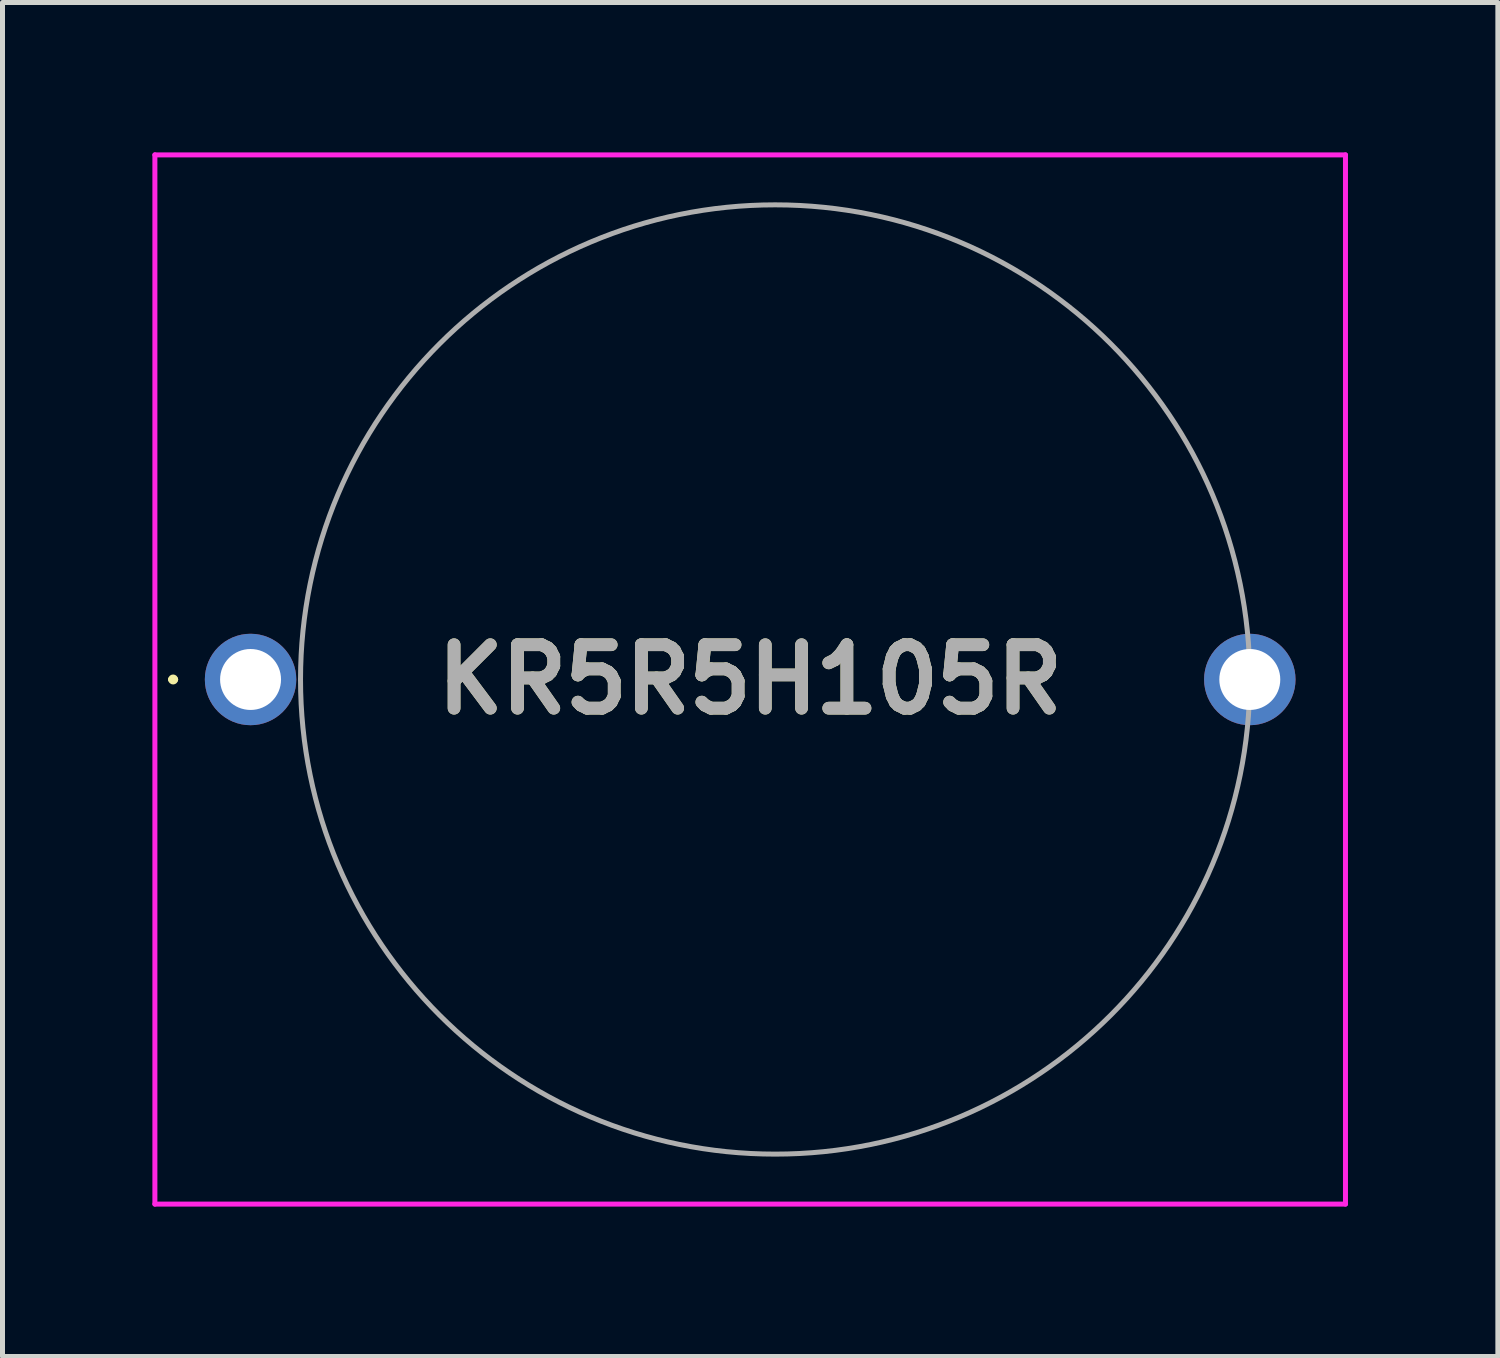
<source format=kicad_pcb>
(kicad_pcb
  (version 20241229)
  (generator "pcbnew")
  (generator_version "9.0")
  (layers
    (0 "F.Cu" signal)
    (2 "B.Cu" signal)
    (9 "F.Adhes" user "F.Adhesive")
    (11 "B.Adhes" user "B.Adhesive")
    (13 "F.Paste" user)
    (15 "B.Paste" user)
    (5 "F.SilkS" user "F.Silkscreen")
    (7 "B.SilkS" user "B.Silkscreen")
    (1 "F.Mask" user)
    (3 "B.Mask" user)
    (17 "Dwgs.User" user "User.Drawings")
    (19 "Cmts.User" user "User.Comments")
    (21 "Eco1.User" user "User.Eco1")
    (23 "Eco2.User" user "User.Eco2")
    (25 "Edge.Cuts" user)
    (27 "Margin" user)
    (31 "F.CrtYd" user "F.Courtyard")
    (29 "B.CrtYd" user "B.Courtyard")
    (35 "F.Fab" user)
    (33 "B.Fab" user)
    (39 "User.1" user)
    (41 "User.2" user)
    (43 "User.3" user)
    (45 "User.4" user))
  (footprint "KR5R5H105R"
    (layer "F.Cu")
    (at 1.965 10.55)
    (property "Reference" "KR5R5H105R" (at 10 0 0) (layer "F.SilkS") (effects (font (size 1.27 1.27) (thickness 0.254))))
    (attr through_hole)
    (fp_line (start -1.6 0) (end -1.6 0) (stroke (width 0.1) (type solid)) (layer "F.SilkS"))
    (fp_line (start -1.5 0) (end -1.5 0) (stroke (width 0.1) (type solid)) (layer "F.SilkS"))
    (fp_arc (start -1.6 0) (mid -1.55 -0.05) (end -1.5 0) (stroke (width 0.1) (type solid)) (layer "F.SilkS"))
    (fp_arc (start -1.5 0) (mid -1.55 0.05) (end -1.6 0) (stroke (width 0.1) (type solid)) (layer "F.SilkS"))
    (fp_line (start -1.915 -10.5) (end 21.915 -10.5) (stroke (width 0.1) (type solid)) (layer "F.CrtYd"))
    (fp_line (start -1.915 10.5) (end -1.915 -10.5) (stroke (width 0.1) (type solid)) (layer "F.CrtYd"))
    (fp_line (start 21.915 -10.5) (end 21.915 10.5) (stroke (width 0.1) (type solid)) (layer "F.CrtYd"))
    (fp_line (start 21.915 10.5) (end -1.915 10.5) (stroke (width 0.1) (type solid)) (layer "F.CrtYd"))
    (fp_line (start 1 0) (end 1 0) (stroke (width 0.1) (type solid)) (layer "F.Fab"))
    (fp_line (start 20 0) (end 20 0) (stroke (width 0.1) (type solid)) (layer "F.Fab"))
    (fp_arc (start 1 0) (mid 10.5 -9.5) (end 20 0) (stroke (width 0.1) (type solid)) (layer "F.Fab"))
    (fp_arc (start 20 0) (mid 10.5 9.5) (end 1 0) (stroke (width 0.1) (type solid)) (layer "F.Fab"))
    (fp_text user "${REFERENCE}" (at 10 0 0) (layer "F.Fab") (effects (font (size 1.27 1.27) (thickness 0.254))))
    (pad "1" thru_hole circle (at 0 0) (size 1.83 1.83) (drill 1.22) (layers "*.Cu" "*.Mask"))
    (pad "2" thru_hole circle (at 20 0) (size 1.83 1.83) (drill 1.22) (layers "*.Cu" "*.Mask")))
  (gr_rect
    (start -3 -3)
    (end 26.93 24.1)
    (stroke (width 0.1) (type default))
    (fill no)
    (layer "Edge.Cuts")))
</source>
